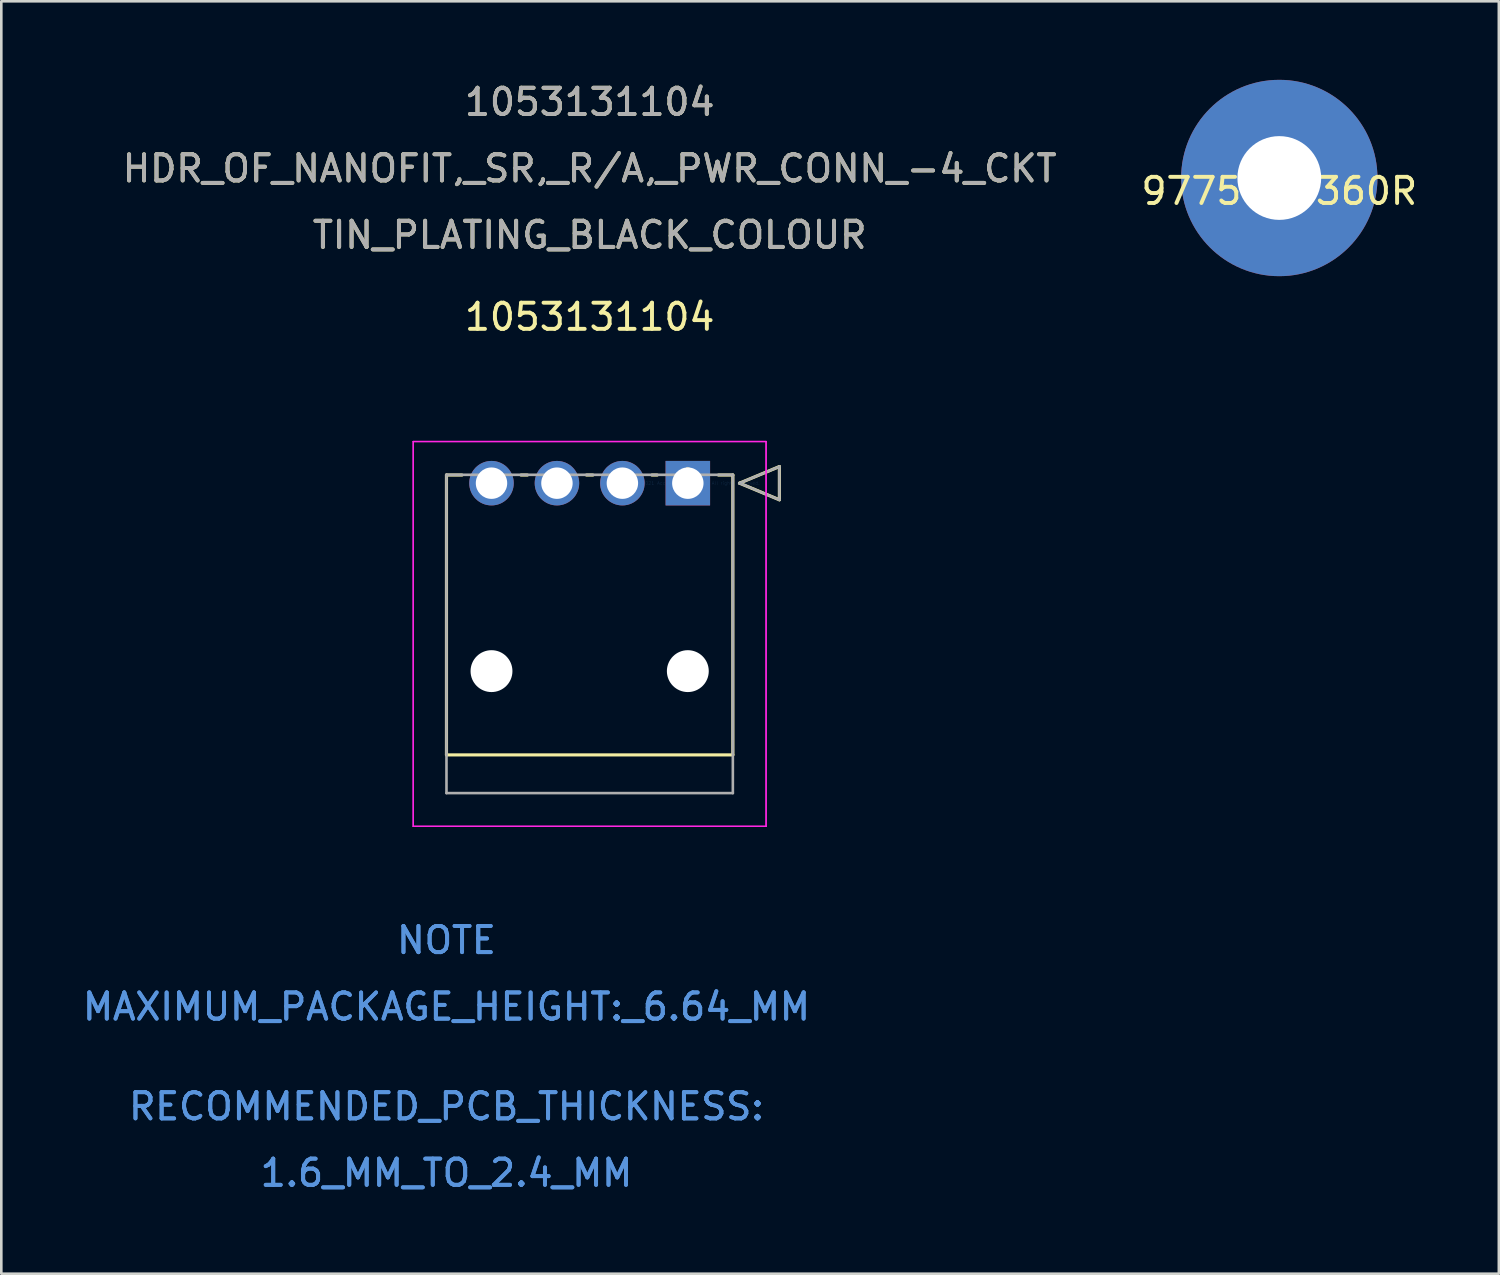
<source format=kicad_pcb>
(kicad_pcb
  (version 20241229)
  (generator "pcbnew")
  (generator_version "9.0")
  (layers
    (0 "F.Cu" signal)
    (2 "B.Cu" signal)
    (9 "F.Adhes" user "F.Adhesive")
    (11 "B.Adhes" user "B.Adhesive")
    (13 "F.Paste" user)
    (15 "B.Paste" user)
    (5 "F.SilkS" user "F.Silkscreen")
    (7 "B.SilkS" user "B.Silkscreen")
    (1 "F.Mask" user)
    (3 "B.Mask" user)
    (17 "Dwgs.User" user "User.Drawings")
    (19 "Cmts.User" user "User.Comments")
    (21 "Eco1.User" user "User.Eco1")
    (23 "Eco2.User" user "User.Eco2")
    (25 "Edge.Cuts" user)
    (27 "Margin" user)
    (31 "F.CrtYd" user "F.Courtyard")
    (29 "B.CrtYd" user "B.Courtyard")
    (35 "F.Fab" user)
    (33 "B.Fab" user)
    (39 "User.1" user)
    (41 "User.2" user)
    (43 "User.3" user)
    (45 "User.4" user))
  (footprint "9775026360R"
    (layer "F.Cu")
    (at 45.821 3.75)
    (property "Reference" "9775026360R" (at 0 0.5 0) (layer "F.SilkS") (effects (font (size 1 1) (thickness 0.15))))
    (attr through_hole)
    (pad "" np_thru_hole circle (at 0 0) (size 3.2 3.2) (drill 3.2) (layers "*.Cu" "*.Mask"))
    (pad "1" smd circle (at 0 0) (size 7.5 7.5) (layers "F.Cu" "F.Mask" "F.Paste"))
    (pad "2" smd circle (at 0 0) (size 7.5 7.5) (layers "F.Mask" "B.Cu" "F.Paste")))
  (footprint "1053131104"
    (layer "F.Cu")
    (at 23.226 15.408)
    (property "Reference" "1053131104" (at -3.75 -6.35 0) (layer "F.SilkS") (effects (font (size 1 1) (thickness 0.15))))
    (attr through_hole)
    (fp_line (start -9.22 -0.31) (end -9.22 10.38) (stroke (width 0.12) (type solid)) (layer "F.SilkS"))
    (fp_line (start -9.22 10.38) (end 1.72 10.38) (stroke (width 0.12) (type solid)) (layer "F.SilkS"))
    (fp_line (start -8.628 -0.31) (end -9.22 -0.31) (stroke (width 0.12) (type solid)) (layer "F.SilkS"))
    (fp_line (start -6.128 -0.31) (end -6.372 -0.31) (stroke (width 0.12) (type solid)) (layer "F.SilkS"))
    (fp_line (start -3.628 -0.31) (end -3.872 -0.31) (stroke (width 0.12) (type solid)) (layer "F.SilkS"))
    (fp_line (start -1.17 -0.31) (end -1.372 -0.31) (stroke (width 0.12) (type solid)) (layer "F.SilkS"))
    (fp_line (start 1.72 -0.31) (end 1.17 -0.31) (stroke (width 0.12) (type solid)) (layer "F.SilkS"))
    (fp_line (start 1.72 10.38) (end 1.72 -0.31) (stroke (width 0.12) (type solid)) (layer "F.SilkS"))
    (fp_line (start 1.974 0) (end 3.498 -0.635) (stroke (width 0.12) (type solid)) (layer "F.SilkS"))
    (fp_line (start 3.498 -0.635) (end 3.498 0.635) (stroke (width 0.12) (type solid)) (layer "F.SilkS"))
    (fp_line (start 3.498 0.635) (end 1.974 0) (stroke (width 0.12) (type solid)) (layer "F.SilkS"))
    (fp_line (start -10.49 -1.59) (end -10.49 13.11) (stroke (width 0.05) (type solid)) (layer "F.CrtYd"))
    (fp_line (start -10.49 -1.59) (end -10.49 13.11) (stroke (width 0.05) (type solid)) (layer "F.CrtYd"))
    (fp_line (start -10.49 13.11) (end 2.99 13.11) (stroke (width 0.05) (type solid)) (layer "F.CrtYd"))
    (fp_line (start -10.49 13.11) (end 2.99 13.11) (stroke (width 0.05) (type solid)) (layer "F.CrtYd"))
    (fp_line (start 2.99 -1.59) (end -10.49 -1.59) (stroke (width 0.05) (type solid)) (layer "F.CrtYd"))
    (fp_line (start 2.99 -1.59) (end -10.49 -1.59) (stroke (width 0.05) (type solid)) (layer "F.CrtYd"))
    (fp_line (start 2.99 13.11) (end 2.99 -1.59) (stroke (width 0.05) (type solid)) (layer "F.CrtYd"))
    (fp_line (start 2.99 13.11) (end 2.99 -1.59) (stroke (width 0.05) (type solid)) (layer "F.CrtYd"))
    (fp_line (start -9.22 -0.32) (end -9.22 11.84) (stroke (width 0.1) (type solid)) (layer "F.Fab"))
    (fp_line (start -9.22 11.84) (end 1.72 11.84) (stroke (width 0.1) (type solid)) (layer "F.Fab"))
    (fp_line (start 1.72 -0.32) (end -9.22 -0.32) (stroke (width 0.1) (type solid)) (layer "F.Fab"))
    (fp_line (start 1.72 11.84) (end 1.72 -0.32) (stroke (width 0.1) (type solid)) (layer "F.Fab"))
    (fp_line (start 1.974 0) (end 3.498 -0.635) (stroke (width 0.1) (type solid)) (layer "F.Fab"))
    (fp_line (start 3.498 -0.635) (end 3.498 0.635) (stroke (width 0.1) (type solid)) (layer "F.Fab"))
    (fp_line (start 3.498 0.635) (end 1.974 0) (stroke (width 0.1) (type solid)) (layer "F.Fab"))
    (fp_text user "HDR_OF_NANOFIT,_SR,_R/A,_PWR_CONN_-4_CKT" (at -3.75 -12.02 0) (layer "F.SilkS") (effects (font (size 1 1) (thickness 0.15))))
    (fp_text user "*" (at 0 0 0) (layer "F.SilkS") (effects (font (size 1 1) (thickness 0.15))))
    (fp_text user "1053131104" (at -3.75 -14.56 0) (layer "F.SilkS") (effects (font (size 1 1) (thickness 0.15))))
    (fp_text user "TIN_PLATING_BLACK_COLOUR" (at -3.75 -9.48 0) (layer "F.SilkS") (effects (font (size 1 1) (thickness 0.15))))
    (fp_text user "MAXIMUM_PACKAGE_HEIGHT:_6.64_MM" (at -9.22 20 0) (layer "Cmts.User") (effects (font (size 1 1) (thickness 0.15))))
    (fp_text user "Copyright 2021 Accelerated Designs. All rights reserved." (at 0 0 0) (layer "Cmts.User") (effects (font (size 0.127 0.127) (thickness 0.002))))
    (fp_text user "RECOMMENDED_PCB_THICKNESS:" (at -9.22 23.81 0) (layer "Cmts.User") (effects (font (size 1 1) (thickness 0.15))))
    (fp_text user "1.6_MM_TO_2.4_MM" (at -9.22 26.35 0) (layer "Cmts.User") (effects (font (size 1 1) (thickness 0.15))))
    (fp_text user "RECOMMENDED_PCB_THICKNESS:" (at -9.22 23.81 0) (layer "Cmts.User") (effects (font (size 1 1) (thickness 0.15))))
    (fp_text user "1.6_MM_TO_2.4_MM" (at -9.22 26.35 0) (layer "Cmts.User") (effects (font (size 1 1) (thickness 0.15))))
    (fp_text user "NOTE" (at -9.22 17.46 0) (layer "Cmts.User") (effects (font (size 1 1) (thickness 0.15))))
    (fp_text user "NOTE" (at -9.22 17.46 0) (layer "Cmts.User") (effects (font (size 1 1) (thickness 0.15))))
    (fp_text user "MAXIMUM_PACKAGE_HEIGHT:_6.64_MM" (at -9.22 20 0) (layer "Cmts.User") (effects (font (size 1 1) (thickness 0.15))))
    (fp_text user "HDR_OF_NANOFIT,_SR,_R/A,_PWR_CONN_-4_CKT" (at -3.75 -12.02 0) (layer "F.Fab") (effects (font (size 1 1) (thickness 0.15))))
    (fp_text user "1053131104" (at -3.75 -14.56 0) (layer "F.Fab") (effects (font (size 1 1) (thickness 0.15))))
    (fp_text user "TIN_PLATING_BLACK_COLOUR" (at -3.75 -9.48 0) (layer "F.Fab") (effects (font (size 1 1) (thickness 0.15))))
    (fp_text user "*" (at 0 0 0) (layer "F.Fab") (effects (font (size 1 1) (thickness 0.15))))
    (pad "" np_thru_hole circle (at -7.5 7.18) (size 1.6 1.6) (drill 1.6) (layers "*.Cu" "*.Mask"))
    (pad "" np_thru_hole circle (at 0 7.18) (size 1.6 1.6) (drill 1.6) (layers "*.Cu" "*.Mask"))
    (pad "1" thru_hole rect (at 0 0) (size 1.7 1.7) (drill 1.2) (layers "*.Cu" "*.Mask"))
    (pad "2" thru_hole circle (at -2.5 0) (size 1.7 1.7) (drill 1.2) (layers "*.Cu" "*.Mask"))
    (pad "3" thru_hole circle (at -5 0) (size 1.7 1.7) (drill 1.2) (layers "*.Cu" "*.Mask"))
    (pad "4" thru_hole circle (at -7.5 0) (size 1.7 1.7) (drill 1.2) (layers "*.Cu" "*.Mask")))
  (gr_rect
    (start -3 -3)
    (end 54.208 45.607)
    (stroke (width 0.1) (type default))
    (fill no)
    (layer "Edge.Cuts")))
</source>
